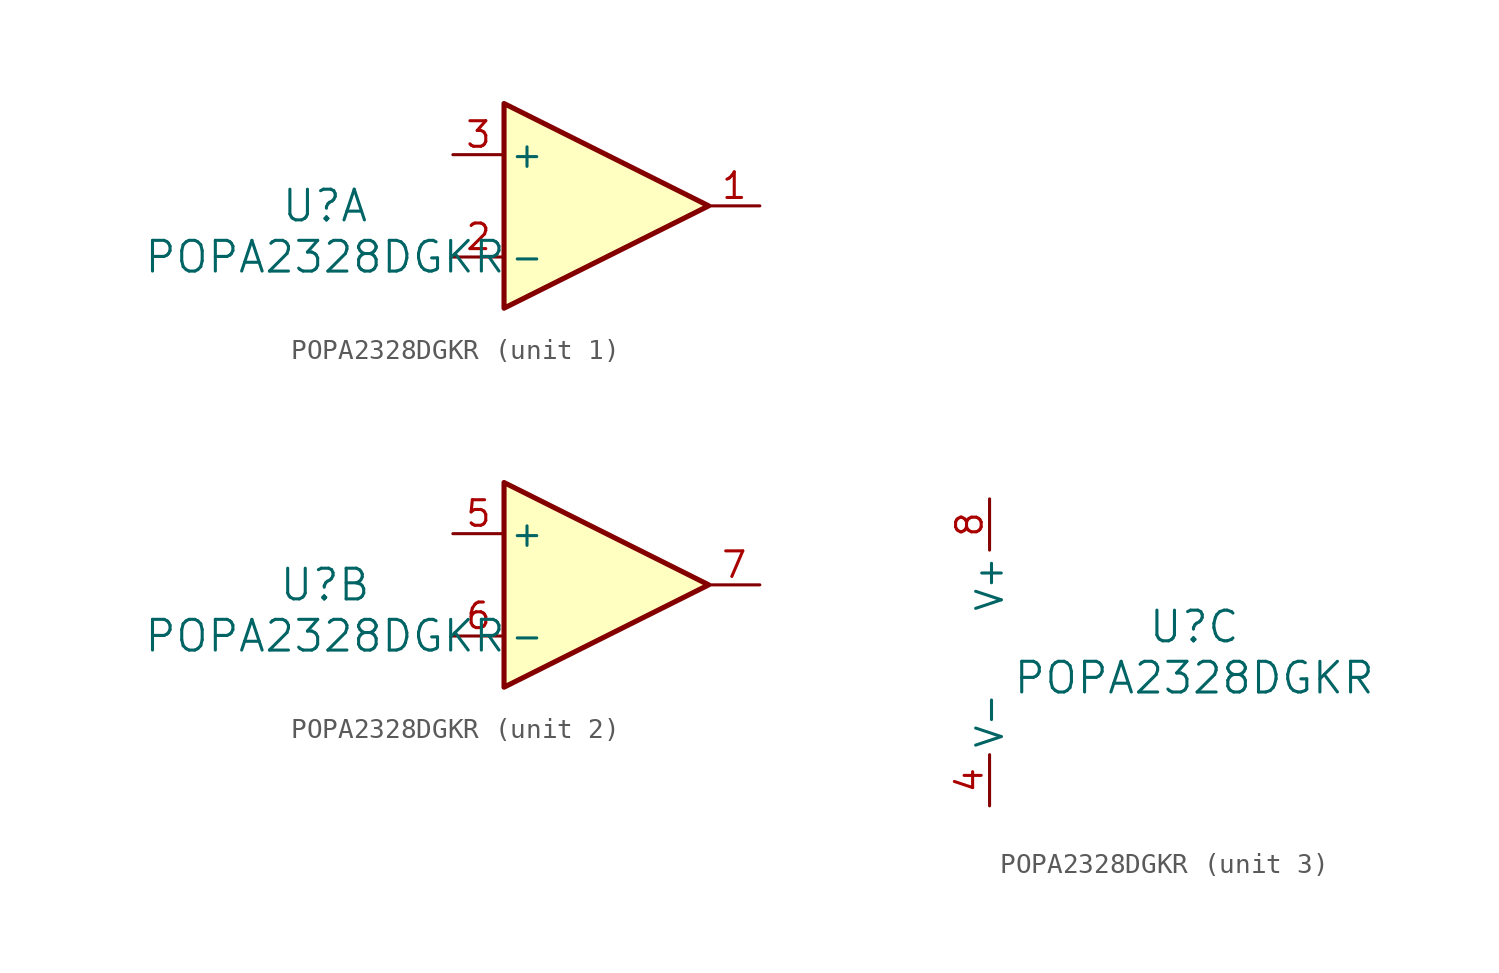
<source format=kicad_sym>
(kicad_symbol_lib
  (version 20220914)
  (generator kicad_symbol_editor)
  (symbol "POPA2328DGKR"
    (pin_names
      (offset 0.254))
    (property "Reference" "U"
      (at 8.89 2.54 0)
      (effects (font (size 1.524 1.524))))
    (property "Value" "POPA2328DGKR"
      (at 8.89 0 0)
      (effects (font (size 1.524 1.524))))
    (property "ki_locked" ""
      (at 0 0 0)
      (effects (font (size 1.27 1.27))))
    (symbol "POPA2328DGKR_1_1"
      (polyline (pts (xy 17.78 7.62) (xy 27.94 2.54) (xy 17.78 -2.54) (xy 17.78 7.62)) (stroke (width 0.254) (type default)) (fill (type background)))
      (pin output line (at 30.48 2.54 180) (length 2.54) (name "~" (effects (font (size 1.27 1.27)))) (number "1" (effects (font (size 1.27 1.27)))))
      (pin input line (at 15.24 0 0) (length 2.54) (name "-" (effects (font (size 1.27 1.27)))) (number "2" (effects (font (size 1.27 1.27)))))
      (pin input line (at 15.24 5.08 0) (length 2.54) (name "+" (effects (font (size 1.27 1.27)))) (number "3" (effects (font (size 1.27 1.27))))))
    (symbol "POPA2328DGKR_2_1"
      (polyline (pts (xy 17.78 7.62) (xy 27.94 2.54) (xy 17.78 -2.54) (xy 17.78 7.62)) (stroke (width 0.254) (type default)) (fill (type background)))
      (pin input line (at 15.24 5.08 0) (length 2.54) (name "+" (effects (font (size 1.27 1.27)))) (number "5" (effects (font (size 1.27 1.27)))))
      (pin input line (at 15.24 0 0) (length 2.54) (name "-" (effects (font (size 1.27 1.27)))) (number "6" (effects (font (size 1.27 1.27)))))
      (pin output line (at 30.48 2.54 180) (length 2.54) (name "~" (effects (font (size 1.27 1.27)))) (number "7" (effects (font (size 1.27 1.27))))))
    (symbol "POPA2328DGKR_3_1"
      (pin output line (at -1.27 -6.35 90) (length 2.54) (name "V-" (effects (font (size 1.27 1.27)))) (number "4" (effects (font (size 1.27 1.27)))))
      (pin output line (at -1.27 8.89 270) (length 2.54) (name "V+" (effects (font (size 1.27 1.27)))) (number "8" (effects (font (size 1.27 1.27))))))))
</source>
